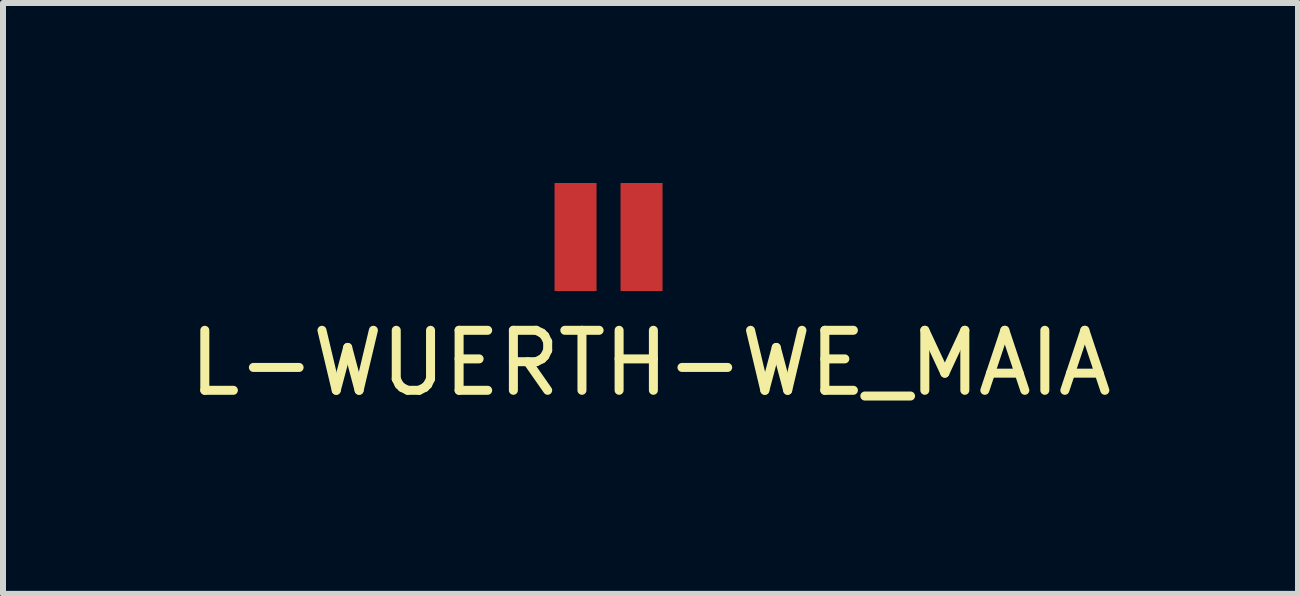
<source format=kicad_pcb>
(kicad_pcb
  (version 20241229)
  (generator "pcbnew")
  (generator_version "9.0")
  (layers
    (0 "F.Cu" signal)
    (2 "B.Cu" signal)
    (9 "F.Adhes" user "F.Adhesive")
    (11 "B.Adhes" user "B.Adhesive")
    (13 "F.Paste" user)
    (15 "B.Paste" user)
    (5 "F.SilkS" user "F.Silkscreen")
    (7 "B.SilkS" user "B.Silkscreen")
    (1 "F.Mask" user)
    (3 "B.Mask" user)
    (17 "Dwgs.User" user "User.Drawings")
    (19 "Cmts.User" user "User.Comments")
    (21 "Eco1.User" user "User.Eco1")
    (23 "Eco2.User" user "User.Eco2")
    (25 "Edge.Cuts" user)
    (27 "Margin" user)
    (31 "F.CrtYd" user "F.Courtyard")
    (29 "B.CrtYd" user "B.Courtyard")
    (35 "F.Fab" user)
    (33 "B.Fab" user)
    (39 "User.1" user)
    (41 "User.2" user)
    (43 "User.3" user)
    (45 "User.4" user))
  (footprint "L-WUERTH-WE_MAIA"
    (layer "F.Cu")
    (at 7.092 0.9)
    (property "Reference" "L-WUERTH-WE_MAIA" (at 0.7 2.1 0) (layer "F.SilkS") (effects (font (size 1 1) (thickness 0.15))))
    (attr through_hole)
    (pad "1" smd rect (at -0.55 0) (size 0.7 1.8) (layers "F.Cu" "F.Mask" "F.Paste"))
    (pad "2" smd rect (at 0.55 0) (size 0.7 1.8) (layers "F.Cu" "F.Mask" "F.Paste")))
  (gr_rect
    (start -3 -3)
    (end 18.583 6.848)
    (stroke (width 0.1) (type default))
    (fill no)
    (layer "Edge.Cuts")))
</source>
